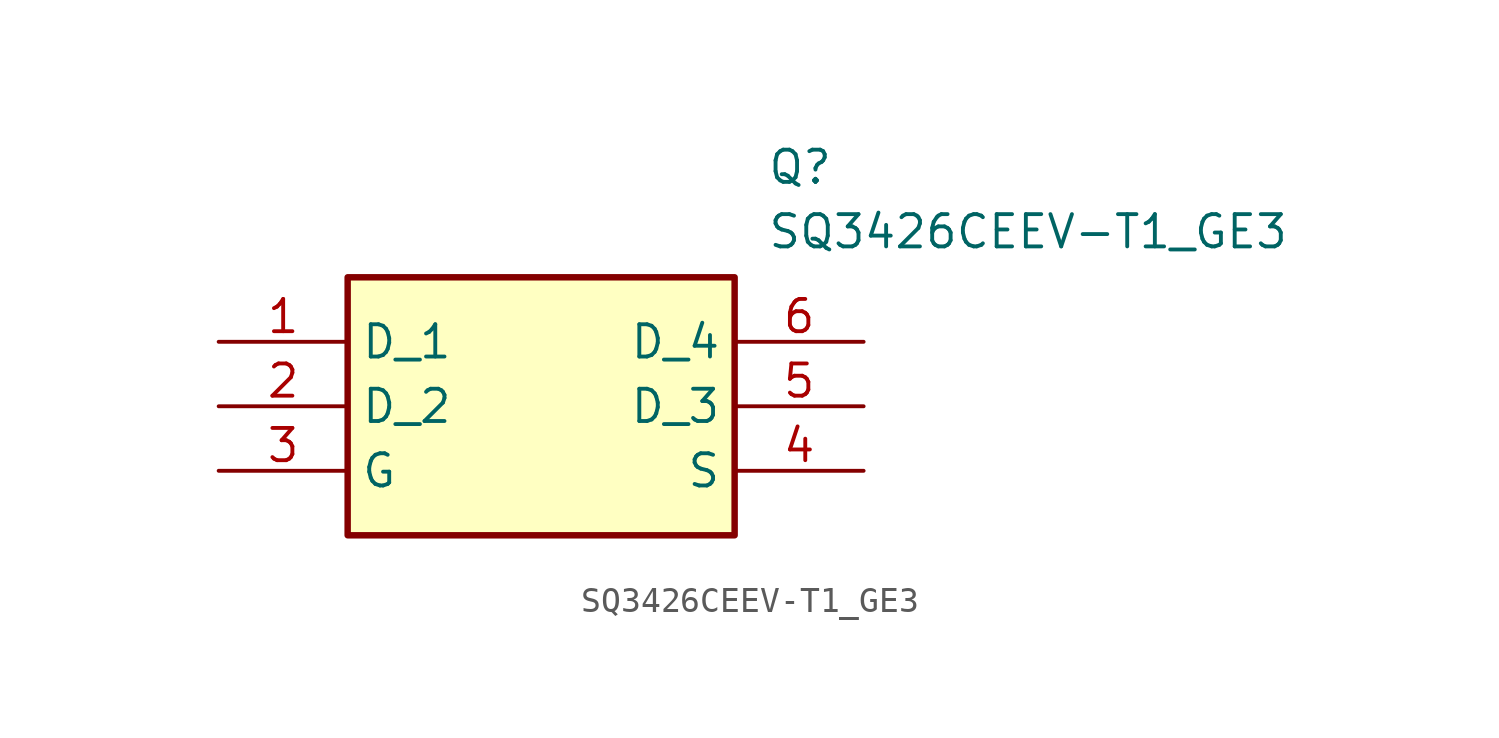
<source format=kicad_sym>
(kicad_symbol_lib
  (version 20211014)
  (generator SamacSys_ECAD_Model)
  (symbol "SQ3426CEEV-T1_GE3"
    (property "Reference" "Q"
      (at 21.59 7.62 0)
      (effects (font (size 1.27 1.27)) (justify left top)))
    (property "Value" "SQ3426CEEV-T1_GE3"
      (at 21.59 5.08 0)
      (effects (font (size 1.27 1.27)) (justify left top)))
    (rectangle
      (start 5.08 2.54)
      (end 20.32 -7.62)
      (stroke (width 0.254) (type default))
      (fill (type background)))
    (pin passive line
      (at 0 0 0)
      (length 5.08)
      (name "D_1" (effects (font (size 1.27 1.27))))
      (number "1" (effects (font (size 1.27 1.27)))))
    (pin passive line
      (at 0 -2.54 0)
      (length 5.08)
      (name "D_2" (effects (font (size 1.27 1.27))))
      (number "2" (effects (font (size 1.27 1.27)))))
    (pin passive line
      (at 0 -5.08 0)
      (length 5.08)
      (name "G" (effects (font (size 1.27 1.27))))
      (number "3" (effects (font (size 1.27 1.27)))))
    (pin passive line
      (at 25.4 0 180)
      (length 5.08)
      (name "D_4" (effects (font (size 1.27 1.27))))
      (number "6" (effects (font (size 1.27 1.27)))))
    (pin passive line
      (at 25.4 -2.54 180)
      (length 5.08)
      (name "D_3" (effects (font (size 1.27 1.27))))
      (number "5" (effects (font (size 1.27 1.27)))))
    (pin passive line
      (at 25.4 -5.08 180)
      (length 5.08)
      (name "S" (effects (font (size 1.27 1.27))))
      (number "4" (effects (font (size 1.27 1.27)))))))
</source>
